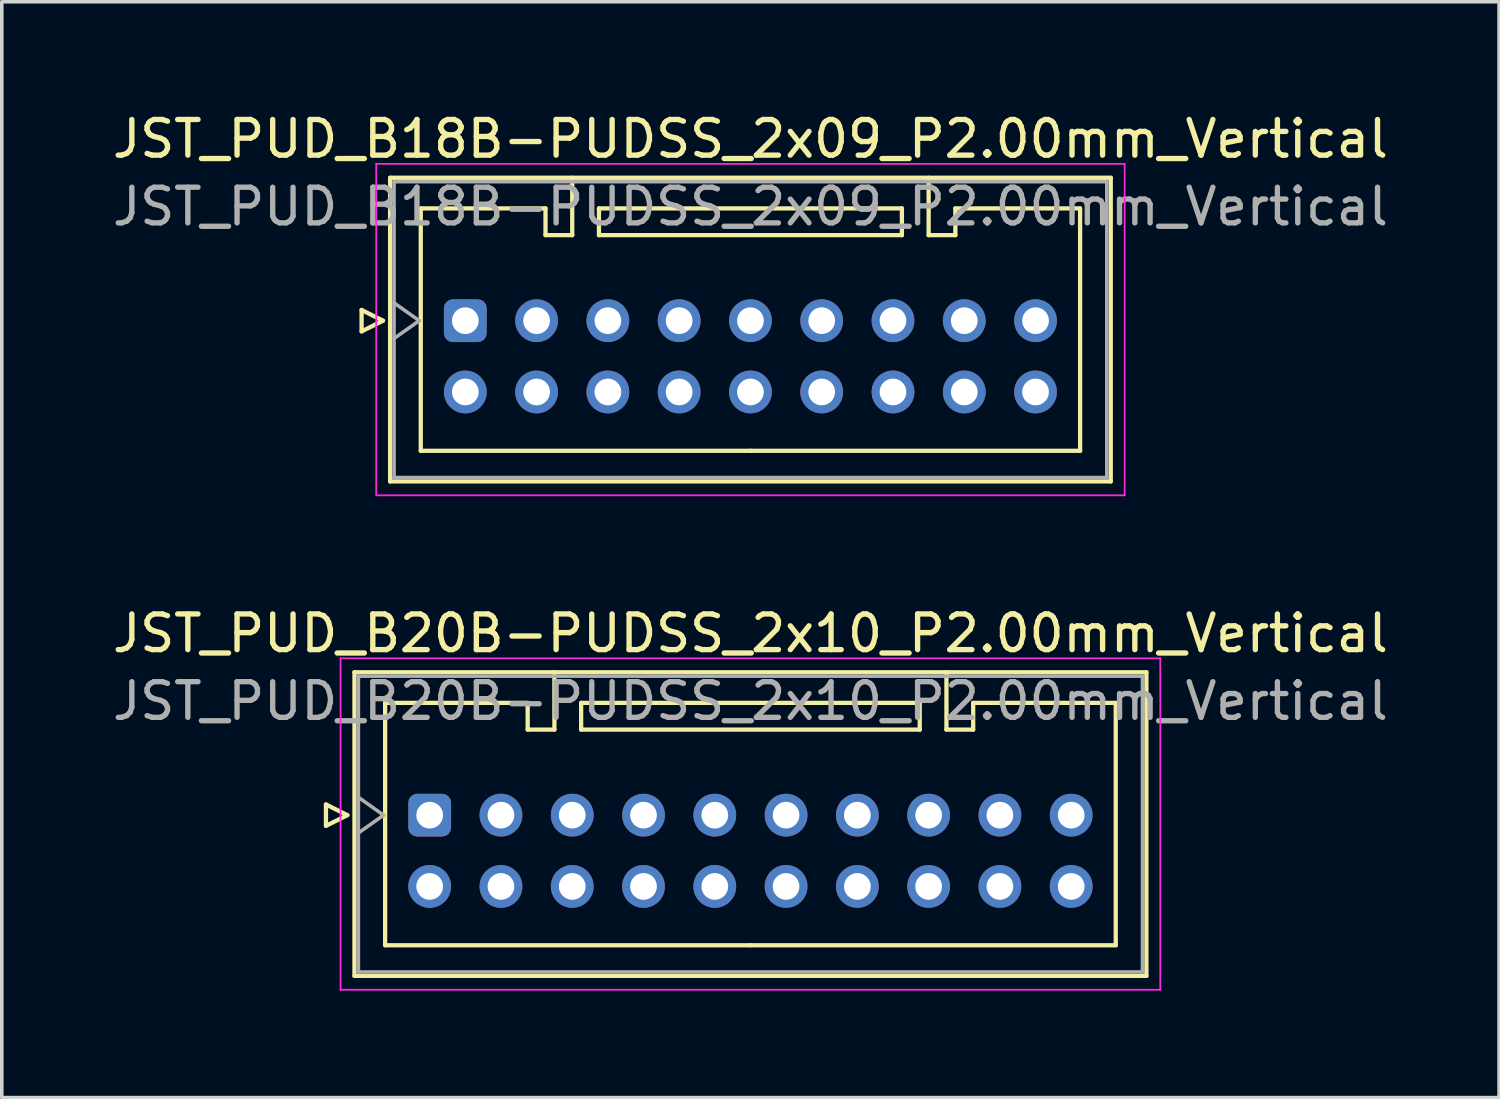
<source format=kicad_pcb>
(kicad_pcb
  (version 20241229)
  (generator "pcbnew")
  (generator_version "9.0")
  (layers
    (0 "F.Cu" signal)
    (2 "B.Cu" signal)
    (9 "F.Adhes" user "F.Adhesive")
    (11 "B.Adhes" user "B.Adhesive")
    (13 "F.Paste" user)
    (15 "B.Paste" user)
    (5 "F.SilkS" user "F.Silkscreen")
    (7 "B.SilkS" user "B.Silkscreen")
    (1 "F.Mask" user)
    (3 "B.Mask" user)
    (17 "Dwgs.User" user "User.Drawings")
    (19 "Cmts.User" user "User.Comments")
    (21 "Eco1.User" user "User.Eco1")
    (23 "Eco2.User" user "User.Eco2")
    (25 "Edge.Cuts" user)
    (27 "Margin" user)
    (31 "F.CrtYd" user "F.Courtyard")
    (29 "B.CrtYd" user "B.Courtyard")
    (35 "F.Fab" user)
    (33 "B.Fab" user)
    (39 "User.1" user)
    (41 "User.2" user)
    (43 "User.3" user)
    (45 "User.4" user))
  (footprint "JST_PUD_B20B-PUDSS_2x10_P2.00mm_Vertical"
    (layer "F.Cu")
    (at 9.006 19.822)
    (property "Reference" "JST_PUD_B20B-PUDSS_2x10_P2.00mm_Vertical" (at 9 -5.1 0) (layer "F.SilkS") (effects (font (size 1 1) (thickness 0.15))))
    (attr through_hole)
    (fp_line (start -2.91 -0.3) (end -2.31 0) (stroke (width 0.12) (type solid)) (layer "F.SilkS"))
    (fp_line (start -2.91 0.3) (end -2.91 -0.3) (stroke (width 0.12) (type solid)) (layer "F.SilkS"))
    (fp_line (start -2.31 0) (end -2.91 0.3) (stroke (width 0.12) (type solid)) (layer "F.SilkS"))
    (fp_line (start -2.11 -4.01) (end -2.11 4.51) (stroke (width 0.12) (type solid)) (layer "F.SilkS"))
    (fp_line (start -2.11 4.51) (end 20.11 4.51) (stroke (width 0.12) (type solid)) (layer "F.SilkS"))
    (fp_line (start -1.25 -3.15) (end -1.25 3.65) (stroke (width 0.12) (type solid)) (layer "F.SilkS"))
    (fp_line (start -1.25 3.65) (end 9 3.65) (stroke (width 0.12) (type solid)) (layer "F.SilkS"))
    (fp_line (start 2.75 -3.15) (end -1.25 -3.15) (stroke (width 0.12) (type solid)) (layer "F.SilkS"))
    (fp_line (start 2.75 -2.4) (end 2.75 -3.15) (stroke (width 0.12) (type solid)) (layer "F.SilkS"))
    (fp_line (start 3.5 -4.01) (end 3.5 -2.4) (stroke (width 0.12) (type solid)) (layer "F.SilkS"))
    (fp_line (start 3.5 -2.4) (end 2.75 -2.4) (stroke (width 0.12) (type solid)) (layer "F.SilkS"))
    (fp_line (start 4.25 -3.15) (end 4.25 -2.4) (stroke (width 0.12) (type solid)) (layer "F.SilkS"))
    (fp_line (start 4.25 -2.4) (end 13.75 -2.4) (stroke (width 0.12) (type solid)) (layer "F.SilkS"))
    (fp_line (start 13.75 -3.15) (end 4.25 -3.15) (stroke (width 0.12) (type solid)) (layer "F.SilkS"))
    (fp_line (start 13.75 -2.4) (end 13.75 -3.15) (stroke (width 0.12) (type solid)) (layer "F.SilkS"))
    (fp_line (start 14.5 -4.01) (end 14.5 -2.4) (stroke (width 0.12) (type solid)) (layer "F.SilkS"))
    (fp_line (start 14.5 -2.4) (end 15.25 -2.4) (stroke (width 0.12) (type solid)) (layer "F.SilkS"))
    (fp_line (start 15.25 -3.15) (end 19.25 -3.15) (stroke (width 0.12) (type solid)) (layer "F.SilkS"))
    (fp_line (start 15.25 -2.4) (end 15.25 -3.15) (stroke (width 0.12) (type solid)) (layer "F.SilkS"))
    (fp_line (start 19.25 -3.15) (end 19.25 3.65) (stroke (width 0.12) (type solid)) (layer "F.SilkS"))
    (fp_line (start 19.25 3.65) (end 9 3.65) (stroke (width 0.12) (type solid)) (layer "F.SilkS"))
    (fp_line (start 20.11 -4.01) (end -2.11 -4.01) (stroke (width 0.12) (type solid)) (layer "F.SilkS"))
    (fp_line (start 20.11 4.51) (end 20.11 -4.01) (stroke (width 0.12) (type solid)) (layer "F.SilkS"))
    (fp_line (start -2.5 -4.4) (end -2.5 4.9) (stroke (width 0.05) (type solid)) (layer "F.CrtYd"))
    (fp_line (start -2.5 4.9) (end 20.5 4.9) (stroke (width 0.05) (type solid)) (layer "F.CrtYd"))
    (fp_line (start 20.5 -4.4) (end -2.5 -4.4) (stroke (width 0.05) (type solid)) (layer "F.CrtYd"))
    (fp_line (start 20.5 4.9) (end 20.5 -4.4) (stroke (width 0.05) (type solid)) (layer "F.CrtYd"))
    (fp_line (start -2 -3.9) (end -2 4.4) (stroke (width 0.1) (type solid)) (layer "F.Fab"))
    (fp_line (start -2 0.5) (end -1.293 0) (stroke (width 0.1) (type solid)) (layer "F.Fab"))
    (fp_line (start -2 4.4) (end 20 4.4) (stroke (width 0.1) (type solid)) (layer "F.Fab"))
    (fp_line (start -1.293 0) (end -2 -0.5) (stroke (width 0.1) (type solid)) (layer "F.Fab"))
    (fp_line (start 20 -3.9) (end -2 -3.9) (stroke (width 0.1) (type solid)) (layer "F.Fab"))
    (fp_line (start 20 4.4) (end 20 -3.9) (stroke (width 0.1) (type solid)) (layer "F.Fab"))
    (fp_text user "${REFERENCE}" (at 9 -3.2 0) (layer "F.Fab") (effects (font (size 1 1) (thickness 0.15))))
    (pad "1" thru_hole roundrect (at 0 0) (size 1.2 1.2) (drill 0.75) (layers "*.Cu" "*.Mask") (roundrect_rratio 0.208))
    (pad "2" thru_hole circle (at 0 2) (size 1.2 1.2) (drill 0.75) (layers "*.Cu" "*.Mask"))
    (pad "3" thru_hole circle (at 2 0) (size 1.2 1.2) (drill 0.75) (layers "*.Cu" "*.Mask"))
    (pad "4" thru_hole circle (at 2 2) (size 1.2 1.2) (drill 0.75) (layers "*.Cu" "*.Mask"))
    (pad "5" thru_hole circle (at 4 0) (size 1.2 1.2) (drill 0.75) (layers "*.Cu" "*.Mask"))
    (pad "6" thru_hole circle (at 4 2) (size 1.2 1.2) (drill 0.75) (layers "*.Cu" "*.Mask"))
    (pad "7" thru_hole circle (at 6 0) (size 1.2 1.2) (drill 0.75) (layers "*.Cu" "*.Mask"))
    (pad "8" thru_hole circle (at 6 2) (size 1.2 1.2) (drill 0.75) (layers "*.Cu" "*.Mask"))
    (pad "9" thru_hole circle (at 8 0) (size 1.2 1.2) (drill 0.75) (layers "*.Cu" "*.Mask"))
    (pad "10" thru_hole circle (at 8 2) (size 1.2 1.2) (drill 0.75) (layers "*.Cu" "*.Mask"))
    (pad "11" thru_hole circle (at 10 0) (size 1.2 1.2) (drill 0.75) (layers "*.Cu" "*.Mask"))
    (pad "12" thru_hole circle (at 10 2) (size 1.2 1.2) (drill 0.75) (layers "*.Cu" "*.Mask"))
    (pad "13" thru_hole circle (at 12 0) (size 1.2 1.2) (drill 0.75) (layers "*.Cu" "*.Mask"))
    (pad "14" thru_hole circle (at 12 2) (size 1.2 1.2) (drill 0.75) (layers "*.Cu" "*.Mask"))
    (pad "15" thru_hole circle (at 14 0) (size 1.2 1.2) (drill 0.75) (layers "*.Cu" "*.Mask"))
    (pad "16" thru_hole circle (at 14 2) (size 1.2 1.2) (drill 0.75) (layers "*.Cu" "*.Mask"))
    (pad "17" thru_hole circle (at 16 0) (size 1.2 1.2) (drill 0.75) (layers "*.Cu" "*.Mask"))
    (pad "18" thru_hole circle (at 16 2) (size 1.2 1.2) (drill 0.75) (layers "*.Cu" "*.Mask"))
    (pad "19" thru_hole circle (at 18 0) (size 1.2 1.2) (drill 0.75) (layers "*.Cu" "*.Mask"))
    (pad "20" thru_hole circle (at 18 2) (size 1.2 1.2) (drill 0.75) (layers "*.Cu" "*.Mask")))
  (footprint "JST_PUD_B18B-PUDSS_2x09_P2.00mm_Vertical"
    (layer "F.Cu")
    (at 10.006 5.948)
    (property "Reference" "JST_PUD_B18B-PUDSS_2x09_P2.00mm_Vertical" (at 8 -5.1 0) (layer "F.SilkS") (effects (font (size 1 1) (thickness 0.15))))
    (attr through_hole)
    (fp_line (start -2.91 -0.3) (end -2.31 0) (stroke (width 0.12) (type solid)) (layer "F.SilkS"))
    (fp_line (start -2.91 0.3) (end -2.91 -0.3) (stroke (width 0.12) (type solid)) (layer "F.SilkS"))
    (fp_line (start -2.31 0) (end -2.91 0.3) (stroke (width 0.12) (type solid)) (layer "F.SilkS"))
    (fp_line (start -2.11 -4.01) (end -2.11 4.51) (stroke (width 0.12) (type solid)) (layer "F.SilkS"))
    (fp_line (start -2.11 4.51) (end 18.11 4.51) (stroke (width 0.12) (type solid)) (layer "F.SilkS"))
    (fp_line (start -1.25 -3.15) (end -1.25 3.65) (stroke (width 0.12) (type solid)) (layer "F.SilkS"))
    (fp_line (start -1.25 3.65) (end 8 3.65) (stroke (width 0.12) (type solid)) (layer "F.SilkS"))
    (fp_line (start 2.25 -3.15) (end -1.25 -3.15) (stroke (width 0.12) (type solid)) (layer "F.SilkS"))
    (fp_line (start 2.25 -2.4) (end 2.25 -3.15) (stroke (width 0.12) (type solid)) (layer "F.SilkS"))
    (fp_line (start 3 -4.01) (end 3 -2.4) (stroke (width 0.12) (type solid)) (layer "F.SilkS"))
    (fp_line (start 3 -2.4) (end 2.25 -2.4) (stroke (width 0.12) (type solid)) (layer "F.SilkS"))
    (fp_line (start 3.75 -3.15) (end 3.75 -2.4) (stroke (width 0.12) (type solid)) (layer "F.SilkS"))
    (fp_line (start 3.75 -2.4) (end 12.25 -2.4) (stroke (width 0.12) (type solid)) (layer "F.SilkS"))
    (fp_line (start 12.25 -3.15) (end 3.75 -3.15) (stroke (width 0.12) (type solid)) (layer "F.SilkS"))
    (fp_line (start 12.25 -2.4) (end 12.25 -3.15) (stroke (width 0.12) (type solid)) (layer "F.SilkS"))
    (fp_line (start 13 -4.01) (end 13 -2.4) (stroke (width 0.12) (type solid)) (layer "F.SilkS"))
    (fp_line (start 13 -2.4) (end 13.75 -2.4) (stroke (width 0.12) (type solid)) (layer "F.SilkS"))
    (fp_line (start 13.75 -3.15) (end 17.25 -3.15) (stroke (width 0.12) (type solid)) (layer "F.SilkS"))
    (fp_line (start 13.75 -2.4) (end 13.75 -3.15) (stroke (width 0.12) (type solid)) (layer "F.SilkS"))
    (fp_line (start 17.25 -3.15) (end 17.25 3.65) (stroke (width 0.12) (type solid)) (layer "F.SilkS"))
    (fp_line (start 17.25 3.65) (end 8 3.65) (stroke (width 0.12) (type solid)) (layer "F.SilkS"))
    (fp_line (start 18.11 -4.01) (end -2.11 -4.01) (stroke (width 0.12) (type solid)) (layer "F.SilkS"))
    (fp_line (start 18.11 4.51) (end 18.11 -4.01) (stroke (width 0.12) (type solid)) (layer "F.SilkS"))
    (fp_line (start -2.5 -4.4) (end -2.5 4.9) (stroke (width 0.05) (type solid)) (layer "F.CrtYd"))
    (fp_line (start -2.5 4.9) (end 18.5 4.9) (stroke (width 0.05) (type solid)) (layer "F.CrtYd"))
    (fp_line (start 18.5 -4.4) (end -2.5 -4.4) (stroke (width 0.05) (type solid)) (layer "F.CrtYd"))
    (fp_line (start 18.5 4.9) (end 18.5 -4.4) (stroke (width 0.05) (type solid)) (layer "F.CrtYd"))
    (fp_line (start -2 -3.9) (end -2 4.4) (stroke (width 0.1) (type solid)) (layer "F.Fab"))
    (fp_line (start -2 0.5) (end -1.293 0) (stroke (width 0.1) (type solid)) (layer "F.Fab"))
    (fp_line (start -2 4.4) (end 18 4.4) (stroke (width 0.1) (type solid)) (layer "F.Fab"))
    (fp_line (start -1.293 0) (end -2 -0.5) (stroke (width 0.1) (type solid)) (layer "F.Fab"))
    (fp_line (start 18 -3.9) (end -2 -3.9) (stroke (width 0.1) (type solid)) (layer "F.Fab"))
    (fp_line (start 18 4.4) (end 18 -3.9) (stroke (width 0.1) (type solid)) (layer "F.Fab"))
    (fp_text user "${REFERENCE}" (at 8 -3.2 0) (layer "F.Fab") (effects (font (size 1 1) (thickness 0.15))))
    (pad "1" thru_hole roundrect (at 0 0) (size 1.2 1.2) (drill 0.75) (layers "*.Cu" "*.Mask") (roundrect_rratio 0.208))
    (pad "2" thru_hole circle (at 0 2) (size 1.2 1.2) (drill 0.75) (layers "*.Cu" "*.Mask"))
    (pad "3" thru_hole circle (at 2 0) (size 1.2 1.2) (drill 0.75) (layers "*.Cu" "*.Mask"))
    (pad "4" thru_hole circle (at 2 2) (size 1.2 1.2) (drill 0.75) (layers "*.Cu" "*.Mask"))
    (pad "5" thru_hole circle (at 4 0) (size 1.2 1.2) (drill 0.75) (layers "*.Cu" "*.Mask"))
    (pad "6" thru_hole circle (at 4 2) (size 1.2 1.2) (drill 0.75) (layers "*.Cu" "*.Mask"))
    (pad "7" thru_hole circle (at 6 0) (size 1.2 1.2) (drill 0.75) (layers "*.Cu" "*.Mask"))
    (pad "8" thru_hole circle (at 6 2) (size 1.2 1.2) (drill 0.75) (layers "*.Cu" "*.Mask"))
    (pad "9" thru_hole circle (at 8 0) (size 1.2 1.2) (drill 0.75) (layers "*.Cu" "*.Mask"))
    (pad "10" thru_hole circle (at 8 2) (size 1.2 1.2) (drill 0.75) (layers "*.Cu" "*.Mask"))
    (pad "11" thru_hole circle (at 10 0) (size 1.2 1.2) (drill 0.75) (layers "*.Cu" "*.Mask"))
    (pad "12" thru_hole circle (at 10 2) (size 1.2 1.2) (drill 0.75) (layers "*.Cu" "*.Mask"))
    (pad "13" thru_hole circle (at 12 0) (size 1.2 1.2) (drill 0.75) (layers "*.Cu" "*.Mask"))
    (pad "14" thru_hole circle (at 12 2) (size 1.2 1.2) (drill 0.75) (layers "*.Cu" "*.Mask"))
    (pad "15" thru_hole circle (at 14 0) (size 1.2 1.2) (drill 0.75) (layers "*.Cu" "*.Mask"))
    (pad "16" thru_hole circle (at 14 2) (size 1.2 1.2) (drill 0.75) (layers "*.Cu" "*.Mask"))
    (pad "17" thru_hole circle (at 16 0) (size 1.2 1.2) (drill 0.75) (layers "*.Cu" "*.Mask"))
    (pad "18" thru_hole circle (at 16 2) (size 1.2 1.2) (drill 0.75) (layers "*.Cu" "*.Mask")))
  (gr_rect
    (start -3 -3)
    (end 39.012 27.747)
    (stroke (width 0.1) (type default))
    (fill no)
    (layer "Edge.Cuts")))
</source>
